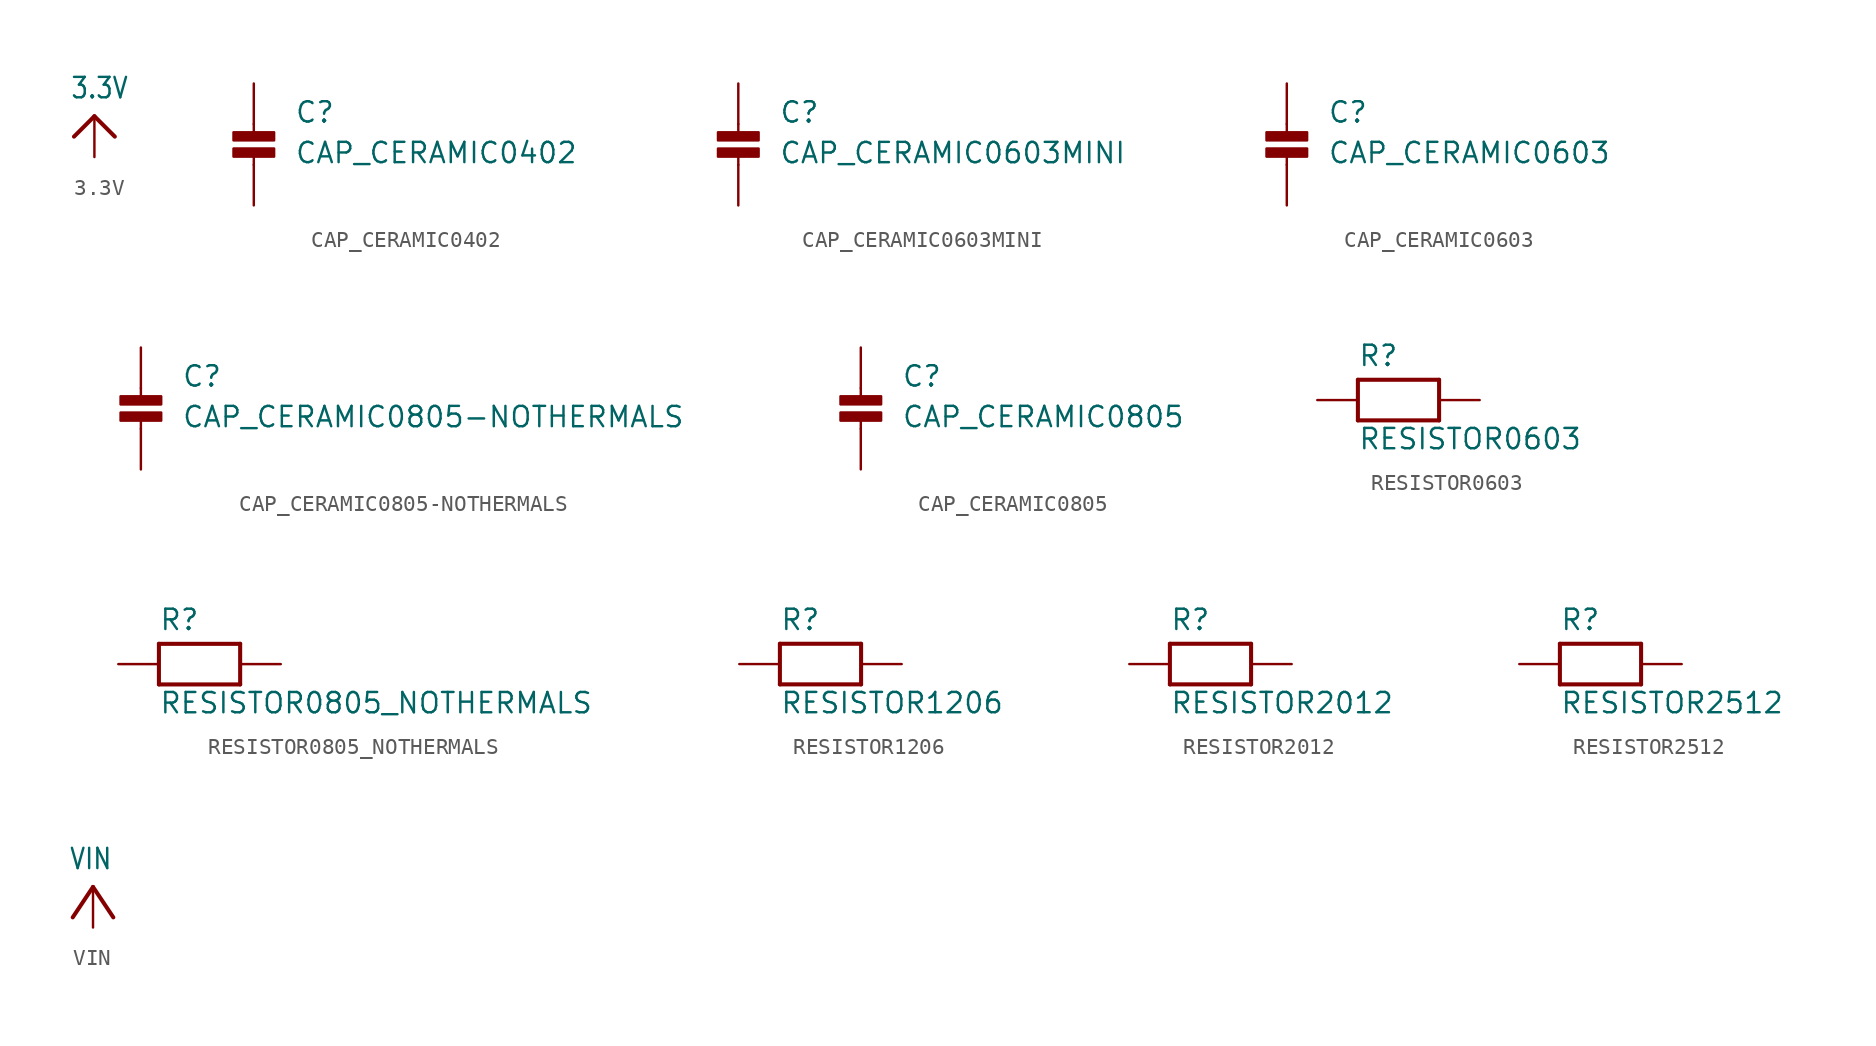
<source format=kicad_sym>
(kicad_symbol_lib
  (version 20211014)
  (generator kicad_symbol_editor)
  (symbol "3.3V"
    (power)
    (property "Reference" ""
      (at 0 0 0)
      (effects (font (size 1.27 1.27)) hide))
    (property "Value" "3.3V"
      (at -1.524 3.556 0)
      (effects (font (size 1.27 1.079)) (justify left bottom)))
    (property "ki_locked" ""
      (at 0 0 0)
      (effects (font (size 1.27 1.27))))
    (symbol "3.3V_1_0"
      (polyline (pts (xy -1.27 1.27) (xy 0 2.54)) (stroke (width 0.254) (type default) (color 0 0 0 0)) (fill (type none)))
      (polyline (pts (xy 0 2.54) (xy 1.27 1.27)) (stroke (width 0.254) (type default) (color 0 0 0 0)) (fill (type none)))
      (pin power_in line (at 0 0 90) (length 2.54) (name "3.3V" (effects (font (size 0 0)))) (number "1" (effects (font (size 0 0)))))))
  (symbol "CAP_CERAMIC0402"
    (property "Reference" "C"
      (at 2.54 2.54 0)
      (effects (font (size 1.27 1.27)) (justify left bottom)))
    (property "Value" "CAP_CERAMIC0402"
      (at 2.54 0 0)
      (effects (font (size 1.27 1.27)) (justify left bottom)))
    (property "ki_locked" ""
      (at 0 0 0)
      (effects (font (size 1.27 1.27))))
    (symbol "CAP_CERAMIC0402_1_0"
      (rectangle (start -1.27 0.508) (end 1.27 1.016) (stroke (width 0) (type default) (color 0 0 0 0)) (fill (type outline)))
      (rectangle (start -1.27 1.524) (end 1.27 2.032) (stroke (width 0) (type default) (color 0 0 0 0)) (fill (type outline)))
      (polyline (pts (xy 0 0.762) (xy 0 0)) (stroke (width 0.152) (type default) (color 0 0 0 0)) (fill (type none)))
      (polyline (pts (xy 0 2.54) (xy 0 1.778)) (stroke (width 0.152) (type default) (color 0 0 0 0)) (fill (type none)))
      (pin passive line (at 0 5.08 270) (length 2.54) (name "P$1" (effects (font (size 0 0)))) (number "1" (effects (font (size 0 0)))))
      (pin passive line (at 0 -2.54 90) (length 2.54) (name "P$2" (effects (font (size 0 0)))) (number "2" (effects (font (size 0 0)))))))
  (symbol "CAP_CERAMIC0603MINI"
    (property "Reference" "C"
      (at 2.54 2.54 0)
      (effects (font (size 1.27 1.27)) (justify left bottom)))
    (property "Value" "CAP_CERAMIC0603MINI"
      (at 2.54 0 0)
      (effects (font (size 1.27 1.27)) (justify left bottom)))
    (property "ki_locked" ""
      (at 0 0 0)
      (effects (font (size 1.27 1.27))))
    (symbol "CAP_CERAMIC0603MINI_1_0"
      (rectangle (start -1.27 0.508) (end 1.27 1.016) (stroke (width 0) (type default) (color 0 0 0 0)) (fill (type outline)))
      (rectangle (start -1.27 1.524) (end 1.27 2.032) (stroke (width 0) (type default) (color 0 0 0 0)) (fill (type outline)))
      (polyline (pts (xy 0 0.762) (xy 0 0)) (stroke (width 0.152) (type default) (color 0 0 0 0)) (fill (type none)))
      (polyline (pts (xy 0 2.54) (xy 0 1.778)) (stroke (width 0.152) (type default) (color 0 0 0 0)) (fill (type none)))
      (pin passive line (at 0 5.08 270) (length 2.54) (name "P$1" (effects (font (size 0 0)))) (number "1" (effects (font (size 0 0)))))
      (pin passive line (at 0 -2.54 90) (length 2.54) (name "P$2" (effects (font (size 0 0)))) (number "2" (effects (font (size 0 0)))))))
  (symbol "CAP_CERAMIC0603"
    (property "Reference" "C"
      (at 2.54 2.54 0)
      (effects (font (size 1.27 1.27)) (justify left bottom)))
    (property "Value" "CAP_CERAMIC0603"
      (at 2.54 0 0)
      (effects (font (size 1.27 1.27)) (justify left bottom)))
    (property "ki_locked" ""
      (at 0 0 0)
      (effects (font (size 1.27 1.27))))
    (symbol "CAP_CERAMIC0603_1_0"
      (rectangle (start -1.27 0.508) (end 1.27 1.016) (stroke (width 0) (type default) (color 0 0 0 0)) (fill (type outline)))
      (rectangle (start -1.27 1.524) (end 1.27 2.032) (stroke (width 0) (type default) (color 0 0 0 0)) (fill (type outline)))
      (polyline (pts (xy 0 0.762) (xy 0 0)) (stroke (width 0.152) (type default) (color 0 0 0 0)) (fill (type none)))
      (polyline (pts (xy 0 2.54) (xy 0 1.778)) (stroke (width 0.152) (type default) (color 0 0 0 0)) (fill (type none)))
      (pin passive line (at 0 5.08 270) (length 2.54) (name "P$1" (effects (font (size 0 0)))) (number "1" (effects (font (size 0 0)))))
      (pin passive line (at 0 -2.54 90) (length 2.54) (name "P$2" (effects (font (size 0 0)))) (number "2" (effects (font (size 0 0)))))))
  (symbol "CAP_CERAMIC0805-NOTHERMALS"
    (property "Reference" "C"
      (at 2.54 2.54 0)
      (effects (font (size 1.27 1.27)) (justify left bottom)))
    (property "Value" "CAP_CERAMIC0805-NOTHERMALS"
      (at 2.54 0 0)
      (effects (font (size 1.27 1.27)) (justify left bottom)))
    (property "ki_locked" ""
      (at 0 0 0)
      (effects (font (size 1.27 1.27))))
    (symbol "CAP_CERAMIC0805-NOTHERMALS_1_0"
      (rectangle (start -1.27 0.508) (end 1.27 1.016) (stroke (width 0) (type default) (color 0 0 0 0)) (fill (type outline)))
      (rectangle (start -1.27 1.524) (end 1.27 2.032) (stroke (width 0) (type default) (color 0 0 0 0)) (fill (type outline)))
      (polyline (pts (xy 0 0.762) (xy 0 0)) (stroke (width 0.152) (type default) (color 0 0 0 0)) (fill (type none)))
      (polyline (pts (xy 0 2.54) (xy 0 1.778)) (stroke (width 0.152) (type default) (color 0 0 0 0)) (fill (type none)))
      (pin passive line (at 0 5.08 270) (length 2.54) (name "P$1" (effects (font (size 0 0)))) (number "1" (effects (font (size 0 0)))))
      (pin passive line (at 0 -2.54 90) (length 2.54) (name "P$2" (effects (font (size 0 0)))) (number "2" (effects (font (size 0 0)))))))
  (symbol "CAP_CERAMIC0805"
    (property "Reference" "C"
      (at 2.54 2.54 0)
      (effects (font (size 1.27 1.27)) (justify left bottom)))
    (property "Value" "CAP_CERAMIC0805"
      (at 2.54 0 0)
      (effects (font (size 1.27 1.27)) (justify left bottom)))
    (property "ki_locked" ""
      (at 0 0 0)
      (effects (font (size 1.27 1.27))))
    (symbol "CAP_CERAMIC0805_1_0"
      (rectangle (start -1.27 0.508) (end 1.27 1.016) (stroke (width 0) (type default) (color 0 0 0 0)) (fill (type outline)))
      (rectangle (start -1.27 1.524) (end 1.27 2.032) (stroke (width 0) (type default) (color 0 0 0 0)) (fill (type outline)))
      (polyline (pts (xy 0 0.762) (xy 0 0)) (stroke (width 0.152) (type default) (color 0 0 0 0)) (fill (type none)))
      (polyline (pts (xy 0 2.54) (xy 0 1.778)) (stroke (width 0.152) (type default) (color 0 0 0 0)) (fill (type none)))
      (pin passive line (at 0 5.08 270) (length 2.54) (name "P$1" (effects (font (size 0 0)))) (number "1" (effects (font (size 0 0)))))
      (pin passive line (at 0 -2.54 90) (length 2.54) (name "P$2" (effects (font (size 0 0)))) (number "2" (effects (font (size 0 0)))))))
  (symbol "RESISTOR0603"
    (property "Reference" "R"
      (at -2.54 2.032 0)
      (effects (font (size 1.27 1.27)) (justify left bottom)))
    (property "Value" "RESISTOR0603"
      (at -2.54 -3.175 0)
      (effects (font (size 1.27 1.27)) (justify left bottom)))
    (property "ki_locked" ""
      (at 0 0 0)
      (effects (font (size 1.27 1.27))))
    (symbol "RESISTOR0603_1_0"
      (polyline (pts (xy -2.54 -1.27) (xy -2.54 1.27)) (stroke (width 0.254) (type default) (color 0 0 0 0)) (fill (type none)))
      (polyline (pts (xy -2.54 1.27) (xy 2.54 1.27)) (stroke (width 0.254) (type default) (color 0 0 0 0)) (fill (type none)))
      (polyline (pts (xy 2.54 -1.27) (xy -2.54 -1.27)) (stroke (width 0.254) (type default) (color 0 0 0 0)) (fill (type none)))
      (polyline (pts (xy 2.54 1.27) (xy 2.54 -1.27)) (stroke (width 0.254) (type default) (color 0 0 0 0)) (fill (type none)))
      (pin passive line (at -5.08 0 0) (length 2.54) (name "1" (effects (font (size 0 0)))) (number "1" (effects (font (size 0 0)))))
      (pin passive line (at 5.08 0 180) (length 2.54) (name "2" (effects (font (size 0 0)))) (number "2" (effects (font (size 0 0)))))))
  (symbol "RESISTOR0805_NOTHERMALS"
    (property "Reference" "R"
      (at -2.54 2.032 0)
      (effects (font (size 1.27 1.27)) (justify left bottom)))
    (property "Value" "RESISTOR0805_NOTHERMALS"
      (at -2.54 -3.175 0)
      (effects (font (size 1.27 1.27)) (justify left bottom)))
    (property "ki_locked" ""
      (at 0 0 0)
      (effects (font (size 1.27 1.27))))
    (symbol "RESISTOR0805_NOTHERMALS_1_0"
      (polyline (pts (xy -2.54 -1.27) (xy -2.54 1.27)) (stroke (width 0.254) (type default) (color 0 0 0 0)) (fill (type none)))
      (polyline (pts (xy -2.54 1.27) (xy 2.54 1.27)) (stroke (width 0.254) (type default) (color 0 0 0 0)) (fill (type none)))
      (polyline (pts (xy 2.54 -1.27) (xy -2.54 -1.27)) (stroke (width 0.254) (type default) (color 0 0 0 0)) (fill (type none)))
      (polyline (pts (xy 2.54 1.27) (xy 2.54 -1.27)) (stroke (width 0.254) (type default) (color 0 0 0 0)) (fill (type none)))
      (pin passive line (at -5.08 0 0) (length 2.54) (name "1" (effects (font (size 0 0)))) (number "1" (effects (font (size 0 0)))))
      (pin passive line (at 5.08 0 180) (length 2.54) (name "2" (effects (font (size 0 0)))) (number "2" (effects (font (size 0 0)))))))
  (symbol "RESISTOR1206"
    (property "Reference" "R"
      (at -2.54 2.032 0)
      (effects (font (size 1.27 1.27)) (justify left bottom)))
    (property "Value" "RESISTOR1206"
      (at -2.54 -3.175 0)
      (effects (font (size 1.27 1.27)) (justify left bottom)))
    (property "ki_locked" ""
      (at 0 0 0)
      (effects (font (size 1.27 1.27))))
    (symbol "RESISTOR1206_1_0"
      (polyline (pts (xy -2.54 -1.27) (xy -2.54 1.27)) (stroke (width 0.254) (type default) (color 0 0 0 0)) (fill (type none)))
      (polyline (pts (xy -2.54 1.27) (xy 2.54 1.27)) (stroke (width 0.254) (type default) (color 0 0 0 0)) (fill (type none)))
      (polyline (pts (xy 2.54 -1.27) (xy -2.54 -1.27)) (stroke (width 0.254) (type default) (color 0 0 0 0)) (fill (type none)))
      (polyline (pts (xy 2.54 1.27) (xy 2.54 -1.27)) (stroke (width 0.254) (type default) (color 0 0 0 0)) (fill (type none)))
      (pin passive line (at -5.08 0 0) (length 2.54) (name "1" (effects (font (size 0 0)))) (number "1" (effects (font (size 0 0)))))
      (pin passive line (at 5.08 0 180) (length 2.54) (name "2" (effects (font (size 0 0)))) (number "2" (effects (font (size 0 0)))))))
  (symbol "RESISTOR2012"
    (property "Reference" "R"
      (at -2.54 2.032 0)
      (effects (font (size 1.27 1.27)) (justify left bottom)))
    (property "Value" "RESISTOR2012"
      (at -2.54 -3.175 0)
      (effects (font (size 1.27 1.27)) (justify left bottom)))
    (property "ki_locked" ""
      (at 0 0 0)
      (effects (font (size 1.27 1.27))))
    (symbol "RESISTOR2012_1_0"
      (polyline (pts (xy -2.54 -1.27) (xy -2.54 1.27)) (stroke (width 0.254) (type default) (color 0 0 0 0)) (fill (type none)))
      (polyline (pts (xy -2.54 1.27) (xy 2.54 1.27)) (stroke (width 0.254) (type default) (color 0 0 0 0)) (fill (type none)))
      (polyline (pts (xy 2.54 -1.27) (xy -2.54 -1.27)) (stroke (width 0.254) (type default) (color 0 0 0 0)) (fill (type none)))
      (polyline (pts (xy 2.54 1.27) (xy 2.54 -1.27)) (stroke (width 0.254) (type default) (color 0 0 0 0)) (fill (type none)))
      (pin passive line (at -5.08 0 0) (length 2.54) (name "1" (effects (font (size 0 0)))) (number "1" (effects (font (size 0 0)))))
      (pin passive line (at 5.08 0 180) (length 2.54) (name "2" (effects (font (size 0 0)))) (number "2" (effects (font (size 0 0)))))))
  (symbol "RESISTOR2512"
    (property "Reference" "R"
      (at -2.54 2.032 0)
      (effects (font (size 1.27 1.27)) (justify left bottom)))
    (property "Value" "RESISTOR2512"
      (at -2.54 -3.175 0)
      (effects (font (size 1.27 1.27)) (justify left bottom)))
    (property "ki_locked" ""
      (at 0 0 0)
      (effects (font (size 1.27 1.27))))
    (symbol "RESISTOR2512_1_0"
      (polyline (pts (xy -2.54 -1.27) (xy -2.54 1.27)) (stroke (width 0.254) (type default) (color 0 0 0 0)) (fill (type none)))
      (polyline (pts (xy -2.54 1.27) (xy 2.54 1.27)) (stroke (width 0.254) (type default) (color 0 0 0 0)) (fill (type none)))
      (polyline (pts (xy 2.54 -1.27) (xy -2.54 -1.27)) (stroke (width 0.254) (type default) (color 0 0 0 0)) (fill (type none)))
      (polyline (pts (xy 2.54 1.27) (xy 2.54 -1.27)) (stroke (width 0.254) (type default) (color 0 0 0 0)) (fill (type none)))
      (pin passive line (at -5.08 0 0) (length 2.54) (name "1" (effects (font (size 0 0)))) (number "1" (effects (font (size 0 0)))))
      (pin passive line (at 5.08 0 180) (length 2.54) (name "2" (effects (font (size 0 0)))) (number "2" (effects (font (size 0 0)))))))
  (symbol "VIN"
    (power)
    (property "Reference" ""
      (at 0 0 0)
      (effects (font (size 1.27 1.27)) hide))
    (property "Value" "VIN"
      (at -1.524 3.556 0)
      (effects (font (size 1.27 1.079)) (justify left bottom)))
    (property "ki_locked" ""
      (at 0 0 0)
      (effects (font (size 1.27 1.27))))
    (symbol "VIN_1_0"
      (polyline (pts (xy 0 2.54) (xy -1.27 0.635)) (stroke (width 0.254) (type default) (color 0 0 0 0)) (fill (type none)))
      (polyline (pts (xy 1.27 0.635) (xy 0 2.54)) (stroke (width 0.254) (type default) (color 0 0 0 0)) (fill (type none)))
      (pin power_in line (at 0 0 90) (length 2.54) (name "VIN" (effects (font (size 0 0)))) (number "1" (effects (font (size 0 0))))))))
</source>
